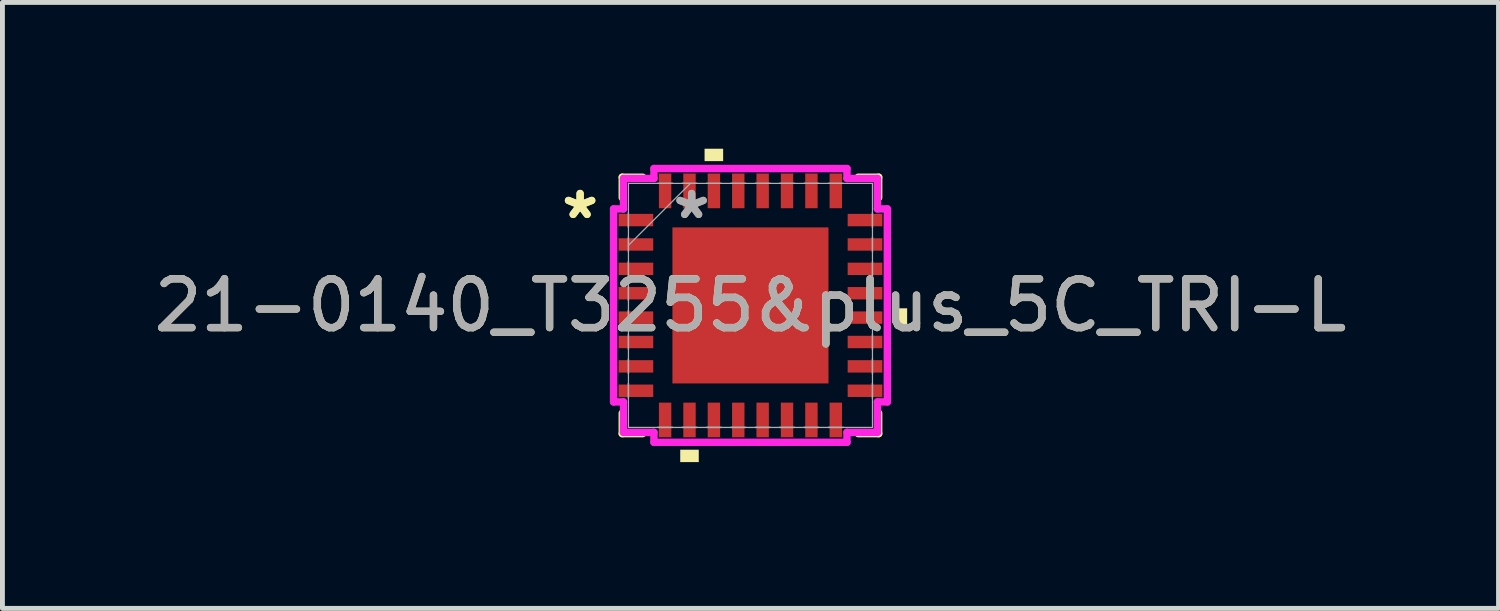
<source format=kicad_pcb>
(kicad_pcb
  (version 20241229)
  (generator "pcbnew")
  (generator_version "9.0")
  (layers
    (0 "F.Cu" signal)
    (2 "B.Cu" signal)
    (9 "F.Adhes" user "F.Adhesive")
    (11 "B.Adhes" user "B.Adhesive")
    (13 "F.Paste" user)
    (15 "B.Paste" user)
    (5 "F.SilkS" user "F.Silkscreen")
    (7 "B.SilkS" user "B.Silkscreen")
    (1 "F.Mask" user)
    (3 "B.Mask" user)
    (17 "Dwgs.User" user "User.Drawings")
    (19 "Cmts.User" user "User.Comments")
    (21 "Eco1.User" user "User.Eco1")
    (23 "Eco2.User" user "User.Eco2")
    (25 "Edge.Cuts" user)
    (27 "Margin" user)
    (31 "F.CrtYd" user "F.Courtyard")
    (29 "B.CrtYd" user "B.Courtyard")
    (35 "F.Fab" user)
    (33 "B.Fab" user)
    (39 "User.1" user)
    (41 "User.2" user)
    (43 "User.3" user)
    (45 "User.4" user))
  (footprint "21-0140_T3255&plus_5C_TRI-L"
    (layer "F.Cu")
    (at 12.339 3.213)
    (property "Reference" "21-0140_T3255&plus_5C_TRI-L" (at 0 0 0) (unlocked yes) (layer "F.SilkS") (effects (font (size 1 1) (thickness 0.15))))
    (attr smd)
    (fp_line (start -2.629 -2.629) (end -2.629 -2.21) (stroke (width 0.152) (type solid)) (layer "F.SilkS"))
    (fp_line (start -2.629 2.21) (end -2.629 2.629) (stroke (width 0.152) (type solid)) (layer "F.SilkS"))
    (fp_line (start -2.629 2.629) (end -2.21 2.629) (stroke (width 0.152) (type solid)) (layer "F.SilkS"))
    (fp_line (start -2.21 -2.629) (end -2.629 -2.629) (stroke (width 0.152) (type solid)) (layer "F.SilkS"))
    (fp_line (start 2.21 2.629) (end 2.629 2.629) (stroke (width 0.152) (type solid)) (layer "F.SilkS"))
    (fp_line (start 2.629 -2.629) (end 2.21 -2.629) (stroke (width 0.152) (type solid)) (layer "F.SilkS"))
    (fp_line (start 2.629 -2.21) (end 2.629 -2.629) (stroke (width 0.152) (type solid)) (layer "F.SilkS"))
    (fp_line (start 2.629 2.629) (end 2.629 2.21) (stroke (width 0.152) (type solid)) (layer "F.SilkS"))
    (fp_poly (pts (xy -1.44 2.959) (xy -1.44 3.213) (xy -1.06 3.213) (xy -1.06 2.959)) (stroke (width 0) (type solid)) (fill yes) (layer "F.SilkS"))
    (fp_poly (pts (xy -0.941 -2.959) (xy -0.941 -3.213) (xy -0.56 -3.213) (xy -0.56 -2.959)) (stroke (width 0) (type solid)) (fill yes) (layer "F.SilkS"))
    (fp_poly (pts (xy 3.213 0.059) (xy 3.213 0.441) (xy 2.959 0.441) (xy 2.959 0.059)) (stroke (width 0) (type solid)) (fill yes) (layer "F.SilkS"))
    (fp_line (start -2.807 -1.979) (end -2.603 -1.979) (stroke (width 0.152) (type solid)) (layer "F.CrtYd"))
    (fp_line (start -2.807 1.979) (end -2.807 -1.979) (stroke (width 0.152) (type solid)) (layer "F.CrtYd"))
    (fp_line (start -2.603 -2.603) (end -1.979 -2.603) (stroke (width 0.152) (type solid)) (layer "F.CrtYd"))
    (fp_line (start -2.603 -1.979) (end -2.603 -2.603) (stroke (width 0.152) (type solid)) (layer "F.CrtYd"))
    (fp_line (start -2.603 1.979) (end -2.807 1.979) (stroke (width 0.152) (type solid)) (layer "F.CrtYd"))
    (fp_line (start -2.603 2.603) (end -2.603 1.979) (stroke (width 0.152) (type solid)) (layer "F.CrtYd"))
    (fp_line (start -1.979 -2.807) (end 1.979 -2.807) (stroke (width 0.152) (type solid)) (layer "F.CrtYd"))
    (fp_line (start -1.979 -2.603) (end -1.979 -2.807) (stroke (width 0.152) (type solid)) (layer "F.CrtYd"))
    (fp_line (start -1.979 2.603) (end -2.603 2.603) (stroke (width 0.152) (type solid)) (layer "F.CrtYd"))
    (fp_line (start -1.979 2.807) (end -1.979 2.603) (stroke (width 0.152) (type solid)) (layer "F.CrtYd"))
    (fp_line (start 1.979 -2.807) (end 1.979 -2.603) (stroke (width 0.152) (type solid)) (layer "F.CrtYd"))
    (fp_line (start 1.979 -2.603) (end 2.603 -2.603) (stroke (width 0.152) (type solid)) (layer "F.CrtYd"))
    (fp_line (start 1.979 2.603) (end 1.979 2.807) (stroke (width 0.152) (type solid)) (layer "F.CrtYd"))
    (fp_line (start 1.979 2.807) (end -1.979 2.807) (stroke (width 0.152) (type solid)) (layer "F.CrtYd"))
    (fp_line (start 2.603 -2.603) (end 2.603 -1.979) (stroke (width 0.152) (type solid)) (layer "F.CrtYd"))
    (fp_line (start 2.603 -1.979) (end 2.807 -1.979) (stroke (width 0.152) (type solid)) (layer "F.CrtYd"))
    (fp_line (start 2.603 1.979) (end 2.603 2.603) (stroke (width 0.152) (type solid)) (layer "F.CrtYd"))
    (fp_line (start 2.603 2.603) (end 1.979 2.603) (stroke (width 0.152) (type solid)) (layer "F.CrtYd"))
    (fp_line (start 2.807 -1.979) (end 2.807 1.979) (stroke (width 0.152) (type solid)) (layer "F.CrtYd"))
    (fp_line (start 2.807 1.979) (end 2.603 1.979) (stroke (width 0.152) (type solid)) (layer "F.CrtYd"))
    (fp_line (start -2.502 -2.502) (end -2.502 2.502) (stroke (width 0.025) (type solid)) (layer "F.Fab"))
    (fp_line (start -2.502 -1.902) (end -2.502 -1.902) (stroke (width 0.025) (type solid)) (layer "F.Fab"))
    (fp_line (start -2.502 -1.902) (end -2.502 -1.598) (stroke (width 0.025) (type solid)) (layer "F.Fab"))
    (fp_line (start -2.502 -1.598) (end -2.502 -1.902) (stroke (width 0.025) (type solid)) (layer "F.Fab"))
    (fp_line (start -2.502 -1.598) (end -2.502 -1.598) (stroke (width 0.025) (type solid)) (layer "F.Fab"))
    (fp_line (start -2.502 -1.402) (end -2.502 -1.402) (stroke (width 0.025) (type solid)) (layer "F.Fab"))
    (fp_line (start -2.502 -1.402) (end -2.502 -1.098) (stroke (width 0.025) (type solid)) (layer "F.Fab"))
    (fp_line (start -2.502 -1.232) (end -1.232 -2.502) (stroke (width 0.025) (type solid)) (layer "F.Fab"))
    (fp_line (start -2.502 -1.098) (end -2.502 -1.402) (stroke (width 0.025) (type solid)) (layer "F.Fab"))
    (fp_line (start -2.502 -1.098) (end -2.502 -1.098) (stroke (width 0.025) (type solid)) (layer "F.Fab"))
    (fp_line (start -2.502 -0.902) (end -2.502 -0.902) (stroke (width 0.025) (type solid)) (layer "F.Fab"))
    (fp_line (start -2.502 -0.902) (end -2.502 -0.598) (stroke (width 0.025) (type solid)) (layer "F.Fab"))
    (fp_line (start -2.502 -0.598) (end -2.502 -0.902) (stroke (width 0.025) (type solid)) (layer "F.Fab"))
    (fp_line (start -2.502 -0.598) (end -2.502 -0.598) (stroke (width 0.025) (type solid)) (layer "F.Fab"))
    (fp_line (start -2.502 -0.402) (end -2.502 -0.402) (stroke (width 0.025) (type solid)) (layer "F.Fab"))
    (fp_line (start -2.502 -0.402) (end -2.502 -0.098) (stroke (width 0.025) (type solid)) (layer "F.Fab"))
    (fp_line (start -2.502 -0.098) (end -2.502 -0.402) (stroke (width 0.025) (type solid)) (layer "F.Fab"))
    (fp_line (start -2.502 -0.098) (end -2.502 -0.098) (stroke (width 0.025) (type solid)) (layer "F.Fab"))
    (fp_line (start -2.502 0.098) (end -2.502 0.098) (stroke (width 0.025) (type solid)) (layer "F.Fab"))
    (fp_line (start -2.502 0.098) (end -2.502 0.402) (stroke (width 0.025) (type solid)) (layer "F.Fab"))
    (fp_line (start -2.502 0.402) (end -2.502 0.098) (stroke (width 0.025) (type solid)) (layer "F.Fab"))
    (fp_line (start -2.502 0.402) (end -2.502 0.402) (stroke (width 0.025) (type solid)) (layer "F.Fab"))
    (fp_line (start -2.502 0.598) (end -2.502 0.598) (stroke (width 0.025) (type solid)) (layer "F.Fab"))
    (fp_line (start -2.502 0.598) (end -2.502 0.902) (stroke (width 0.025) (type solid)) (layer "F.Fab"))
    (fp_line (start -2.502 0.902) (end -2.502 0.598) (stroke (width 0.025) (type solid)) (layer "F.Fab"))
    (fp_line (start -2.502 0.902) (end -2.502 0.902) (stroke (width 0.025) (type solid)) (layer "F.Fab"))
    (fp_line (start -2.502 1.098) (end -2.502 1.098) (stroke (width 0.025) (type solid)) (layer "F.Fab"))
    (fp_line (start -2.502 1.098) (end -2.502 1.402) (stroke (width 0.025) (type solid)) (layer "F.Fab"))
    (fp_line (start -2.502 1.402) (end -2.502 1.098) (stroke (width 0.025) (type solid)) (layer "F.Fab"))
    (fp_line (start -2.502 1.402) (end -2.502 1.402) (stroke (width 0.025) (type solid)) (layer "F.Fab"))
    (fp_line (start -2.502 1.598) (end -2.502 1.598) (stroke (width 0.025) (type solid)) (layer "F.Fab"))
    (fp_line (start -2.502 1.598) (end -2.502 1.902) (stroke (width 0.025) (type solid)) (layer "F.Fab"))
    (fp_line (start -2.502 1.902) (end -2.502 1.598) (stroke (width 0.025) (type solid)) (layer "F.Fab"))
    (fp_line (start -2.502 1.902) (end -2.502 1.902) (stroke (width 0.025) (type solid)) (layer "F.Fab"))
    (fp_line (start -2.502 2.502) (end 2.502 2.502) (stroke (width 0.025) (type solid)) (layer "F.Fab"))
    (fp_line (start -1.902 -2.502) (end -1.902 -2.502) (stroke (width 0.025) (type solid)) (layer "F.Fab"))
    (fp_line (start -1.902 -2.502) (end -1.598 -2.502) (stroke (width 0.025) (type solid)) (layer "F.Fab"))
    (fp_line (start -1.902 2.502) (end -1.902 2.502) (stroke (width 0.025) (type solid)) (layer "F.Fab"))
    (fp_line (start -1.902 2.502) (end -1.598 2.502) (stroke (width 0.025) (type solid)) (layer "F.Fab"))
    (fp_line (start -1.598 -2.502) (end -1.902 -2.502) (stroke (width 0.025) (type solid)) (layer "F.Fab"))
    (fp_line (start -1.598 -2.502) (end -1.598 -2.502) (stroke (width 0.025) (type solid)) (layer "F.Fab"))
    (fp_line (start -1.598 2.502) (end -1.902 2.502) (stroke (width 0.025) (type solid)) (layer "F.Fab"))
    (fp_line (start -1.598 2.502) (end -1.598 2.502) (stroke (width 0.025) (type solid)) (layer "F.Fab"))
    (fp_line (start -1.402 -2.502) (end -1.402 -2.502) (stroke (width 0.025) (type solid)) (layer "F.Fab"))
    (fp_line (start -1.402 -2.502) (end -1.098 -2.502) (stroke (width 0.025) (type solid)) (layer "F.Fab"))
    (fp_line (start -1.402 2.502) (end -1.402 2.502) (stroke (width 0.025) (type solid)) (layer "F.Fab"))
    (fp_line (start -1.402 2.502) (end -1.098 2.502) (stroke (width 0.025) (type solid)) (layer "F.Fab"))
    (fp_line (start -1.098 -2.502) (end -1.402 -2.502) (stroke (width 0.025) (type solid)) (layer "F.Fab"))
    (fp_line (start -1.098 -2.502) (end -1.098 -2.502) (stroke (width 0.025) (type solid)) (layer "F.Fab"))
    (fp_line (start -1.098 2.502) (end -1.402 2.502) (stroke (width 0.025) (type solid)) (layer "F.Fab"))
    (fp_line (start -1.098 2.502) (end -1.098 2.502) (stroke (width 0.025) (type solid)) (layer "F.Fab"))
    (fp_line (start -0.902 -2.502) (end -0.902 -2.502) (stroke (width 0.025) (type solid)) (layer "F.Fab"))
    (fp_line (start -0.902 -2.502) (end -0.598 -2.502) (stroke (width 0.025) (type solid)) (layer "F.Fab"))
    (fp_line (start -0.902 2.502) (end -0.902 2.502) (stroke (width 0.025) (type solid)) (layer "F.Fab"))
    (fp_line (start -0.902 2.502) (end -0.598 2.502) (stroke (width 0.025) (type solid)) (layer "F.Fab"))
    (fp_line (start -0.598 -2.502) (end -0.902 -2.502) (stroke (width 0.025) (type solid)) (layer "F.Fab"))
    (fp_line (start -0.598 -2.502) (end -0.598 -2.502) (stroke (width 0.025) (type solid)) (layer "F.Fab"))
    (fp_line (start -0.598 2.502) (end -0.902 2.502) (stroke (width 0.025) (type solid)) (layer "F.Fab"))
    (fp_line (start -0.598 2.502) (end -0.598 2.502) (stroke (width 0.025) (type solid)) (layer "F.Fab"))
    (fp_line (start -0.402 -2.502) (end -0.402 -2.502) (stroke (width 0.025) (type solid)) (layer "F.Fab"))
    (fp_line (start -0.402 -2.502) (end -0.098 -2.502) (stroke (width 0.025) (type solid)) (layer "F.Fab"))
    (fp_line (start -0.402 2.502) (end -0.402 2.502) (stroke (width 0.025) (type solid)) (layer "F.Fab"))
    (fp_line (start -0.402 2.502) (end -0.098 2.502) (stroke (width 0.025) (type solid)) (layer "F.Fab"))
    (fp_line (start -0.098 -2.502) (end -0.402 -2.502) (stroke (width 0.025) (type solid)) (layer "F.Fab"))
    (fp_line (start -0.098 -2.502) (end -0.098 -2.502) (stroke (width 0.025) (type solid)) (layer "F.Fab"))
    (fp_line (start -0.098 2.502) (end -0.402 2.502) (stroke (width 0.025) (type solid)) (layer "F.Fab"))
    (fp_line (start -0.098 2.502) (end -0.098 2.502) (stroke (width 0.025) (type solid)) (layer "F.Fab"))
    (fp_line (start 0.098 -2.502) (end 0.098 -2.502) (stroke (width 0.025) (type solid)) (layer "F.Fab"))
    (fp_line (start 0.098 -2.502) (end 0.402 -2.502) (stroke (width 0.025) (type solid)) (layer "F.Fab"))
    (fp_line (start 0.098 2.502) (end 0.098 2.502) (stroke (width 0.025) (type solid)) (layer "F.Fab"))
    (fp_line (start 0.098 2.502) (end 0.402 2.502) (stroke (width 0.025) (type solid)) (layer "F.Fab"))
    (fp_line (start 0.402 -2.502) (end 0.098 -2.502) (stroke (width 0.025) (type solid)) (layer "F.Fab"))
    (fp_line (start 0.402 -2.502) (end 0.402 -2.502) (stroke (width 0.025) (type solid)) (layer "F.Fab"))
    (fp_line (start 0.402 2.502) (end 0.098 2.502) (stroke (width 0.025) (type solid)) (layer "F.Fab"))
    (fp_line (start 0.402 2.502) (end 0.402 2.502) (stroke (width 0.025) (type solid)) (layer "F.Fab"))
    (fp_line (start 0.598 -2.502) (end 0.598 -2.502) (stroke (width 0.025) (type solid)) (layer "F.Fab"))
    (fp_line (start 0.598 -2.502) (end 0.902 -2.502) (stroke (width 0.025) (type solid)) (layer "F.Fab"))
    (fp_line (start 0.598 2.502) (end 0.598 2.502) (stroke (width 0.025) (type solid)) (layer "F.Fab"))
    (fp_line (start 0.598 2.502) (end 0.902 2.502) (stroke (width 0.025) (type solid)) (layer "F.Fab"))
    (fp_line (start 0.902 -2.502) (end 0.598 -2.502) (stroke (width 0.025) (type solid)) (layer "F.Fab"))
    (fp_line (start 0.902 -2.502) (end 0.902 -2.502) (stroke (width 0.025) (type solid)) (layer "F.Fab"))
    (fp_line (start 0.902 2.502) (end 0.598 2.502) (stroke (width 0.025) (type solid)) (layer "F.Fab"))
    (fp_line (start 0.902 2.502) (end 0.902 2.502) (stroke (width 0.025) (type solid)) (layer "F.Fab"))
    (fp_line (start 1.098 -2.502) (end 1.098 -2.502) (stroke (width 0.025) (type solid)) (layer "F.Fab"))
    (fp_line (start 1.098 -2.502) (end 1.402 -2.502) (stroke (width 0.025) (type solid)) (layer "F.Fab"))
    (fp_line (start 1.098 2.502) (end 1.098 2.502) (stroke (width 0.025) (type solid)) (layer "F.Fab"))
    (fp_line (start 1.098 2.502) (end 1.402 2.502) (stroke (width 0.025) (type solid)) (layer "F.Fab"))
    (fp_line (start 1.402 -2.502) (end 1.098 -2.502) (stroke (width 0.025) (type solid)) (layer "F.Fab"))
    (fp_line (start 1.402 -2.502) (end 1.402 -2.502) (stroke (width 0.025) (type solid)) (layer "F.Fab"))
    (fp_line (start 1.402 2.502) (end 1.098 2.502) (stroke (width 0.025) (type solid)) (layer "F.Fab"))
    (fp_line (start 1.402 2.502) (end 1.402 2.502) (stroke (width 0.025) (type solid)) (layer "F.Fab"))
    (fp_line (start 1.598 -2.502) (end 1.598 -2.502) (stroke (width 0.025) (type solid)) (layer "F.Fab"))
    (fp_line (start 1.598 -2.502) (end 1.902 -2.502) (stroke (width 0.025) (type solid)) (layer "F.Fab"))
    (fp_line (start 1.598 2.502) (end 1.598 2.502) (stroke (width 0.025) (type solid)) (layer "F.Fab"))
    (fp_line (start 1.598 2.502) (end 1.902 2.502) (stroke (width 0.025) (type solid)) (layer "F.Fab"))
    (fp_line (start 1.902 -2.502) (end 1.598 -2.502) (stroke (width 0.025) (type solid)) (layer "F.Fab"))
    (fp_line (start 1.902 -2.502) (end 1.902 -2.502) (stroke (width 0.025) (type solid)) (layer "F.Fab"))
    (fp_line (start 1.902 2.502) (end 1.598 2.502) (stroke (width 0.025) (type solid)) (layer "F.Fab"))
    (fp_line (start 1.902 2.502) (end 1.902 2.502) (stroke (width 0.025) (type solid)) (layer "F.Fab"))
    (fp_line (start 2.502 -2.502) (end -2.502 -2.502) (stroke (width 0.025) (type solid)) (layer "F.Fab"))
    (fp_line (start 2.502 -1.902) (end 2.502 -1.902) (stroke (width 0.025) (type solid)) (layer "F.Fab"))
    (fp_line (start 2.502 -1.902) (end 2.502 -1.598) (stroke (width 0.025) (type solid)) (layer "F.Fab"))
    (fp_line (start 2.502 -1.598) (end 2.502 -1.902) (stroke (width 0.025) (type solid)) (layer "F.Fab"))
    (fp_line (start 2.502 -1.598) (end 2.502 -1.598) (stroke (width 0.025) (type solid)) (layer "F.Fab"))
    (fp_line (start 2.502 -1.402) (end 2.502 -1.402) (stroke (width 0.025) (type solid)) (layer "F.Fab"))
    (fp_line (start 2.502 -1.402) (end 2.502 -1.098) (stroke (width 0.025) (type solid)) (layer "F.Fab"))
    (fp_line (start 2.502 -1.098) (end 2.502 -1.402) (stroke (width 0.025) (type solid)) (layer "F.Fab"))
    (fp_line (start 2.502 -1.098) (end 2.502 -1.098) (stroke (width 0.025) (type solid)) (layer "F.Fab"))
    (fp_line (start 2.502 -0.902) (end 2.502 -0.902) (stroke (width 0.025) (type solid)) (layer "F.Fab"))
    (fp_line (start 2.502 -0.902) (end 2.502 -0.598) (stroke (width 0.025) (type solid)) (layer "F.Fab"))
    (fp_line (start 2.502 -0.598) (end 2.502 -0.902) (stroke (width 0.025) (type solid)) (layer "F.Fab"))
    (fp_line (start 2.502 -0.598) (end 2.502 -0.598) (stroke (width 0.025) (type solid)) (layer "F.Fab"))
    (fp_line (start 2.502 -0.402) (end 2.502 -0.402) (stroke (width 0.025) (type solid)) (layer "F.Fab"))
    (fp_line (start 2.502 -0.402) (end 2.502 -0.098) (stroke (width 0.025) (type solid)) (layer "F.Fab"))
    (fp_line (start 2.502 -0.098) (end 2.502 -0.402) (stroke (width 0.025) (type solid)) (layer "F.Fab"))
    (fp_line (start 2.502 -0.098) (end 2.502 -0.098) (stroke (width 0.025) (type solid)) (layer "F.Fab"))
    (fp_line (start 2.502 0.098) (end 2.502 0.098) (stroke (width 0.025) (type solid)) (layer "F.Fab"))
    (fp_line (start 2.502 0.098) (end 2.502 0.402) (stroke (width 0.025) (type solid)) (layer "F.Fab"))
    (fp_line (start 2.502 0.402) (end 2.502 0.098) (stroke (width 0.025) (type solid)) (layer "F.Fab"))
    (fp_line (start 2.502 0.402) (end 2.502 0.402) (stroke (width 0.025) (type solid)) (layer "F.Fab"))
    (fp_line (start 2.502 0.598) (end 2.502 0.598) (stroke (width 0.025) (type solid)) (layer "F.Fab"))
    (fp_line (start 2.502 0.598) (end 2.502 0.902) (stroke (width 0.025) (type solid)) (layer "F.Fab"))
    (fp_line (start 2.502 0.902) (end 2.502 0.598) (stroke (width 0.025) (type solid)) (layer "F.Fab"))
    (fp_line (start 2.502 0.902) (end 2.502 0.902) (stroke (width 0.025) (type solid)) (layer "F.Fab"))
    (fp_line (start 2.502 1.098) (end 2.502 1.098) (stroke (width 0.025) (type solid)) (layer "F.Fab"))
    (fp_line (start 2.502 1.098) (end 2.502 1.402) (stroke (width 0.025) (type solid)) (layer "F.Fab"))
    (fp_line (start 2.502 1.402) (end 2.502 1.098) (stroke (width 0.025) (type solid)) (layer "F.Fab"))
    (fp_line (start 2.502 1.402) (end 2.502 1.402) (stroke (width 0.025) (type solid)) (layer "F.Fab"))
    (fp_line (start 2.502 1.598) (end 2.502 1.598) (stroke (width 0.025) (type solid)) (layer "F.Fab"))
    (fp_line (start 2.502 1.598) (end 2.502 1.902) (stroke (width 0.025) (type solid)) (layer "F.Fab"))
    (fp_line (start 2.502 1.902) (end 2.502 1.598) (stroke (width 0.025) (type solid)) (layer "F.Fab"))
    (fp_line (start 2.502 1.902) (end 2.502 1.902) (stroke (width 0.025) (type solid)) (layer "F.Fab"))
    (fp_line (start 2.502 2.502) (end 2.502 -2.502) (stroke (width 0.025) (type solid)) (layer "F.Fab"))
    (fp_text user "*" (at -3.493 -1.75 0) (layer "F.SilkS") (effects (font (size 1 1) (thickness 0.15))))
    (fp_text user "*" (at -3.493 -1.75 0) (unlocked yes) (layer "F.SilkS") (effects (font (size 1 1) (thickness 0.15))))
    (fp_text user "${REFERENCE}" (at 0 0 0) (unlocked yes) (layer "F.Fab") (effects (font (size 1 1) (thickness 0.15))))
    (fp_text user "*" (at -1.206 -1.75 0) (unlocked yes) (layer "F.Fab") (effects (font (size 1 1) (thickness 0.15))))
    (fp_text user "*" (at -1.206 -1.75 0) (layer "F.Fab") (effects (font (size 1 1) (thickness 0.15))))
    (pad "1" smd rect (at -2.349 -1.75 90) (size 0.254 0.711) (layers "F.Cu" "F.Mask" "F.Paste"))
    (pad "2" smd rect (at -2.349 -1.25 90) (size 0.254 0.711) (layers "F.Cu" "F.Mask" "F.Paste"))
    (pad "3" smd rect (at -2.349 -0.75 90) (size 0.254 0.711) (layers "F.Cu" "F.Mask" "F.Paste"))
    (pad "4" smd rect (at -2.349 -0.25 90) (size 0.254 0.711) (layers "F.Cu" "F.Mask" "F.Paste"))
    (pad "5" smd rect (at -2.349 0.25 90) (size 0.254 0.711) (layers "F.Cu" "F.Mask" "F.Paste"))
    (pad "6" smd rect (at -2.349 0.75 90) (size 0.254 0.711) (layers "F.Cu" "F.Mask" "F.Paste"))
    (pad "7" smd rect (at -2.349 1.25 90) (size 0.254 0.711) (layers "F.Cu" "F.Mask" "F.Paste"))
    (pad "8" smd rect (at -2.349 1.75 90) (size 0.254 0.711) (layers "F.Cu" "F.Mask" "F.Paste"))
    (pad "9" smd rect (at -1.75 2.349) (size 0.254 0.711) (layers "F.Cu" "F.Mask" "F.Paste"))
    (pad "10" smd rect (at -1.25 2.349) (size 0.254 0.711) (layers "F.Cu" "F.Mask" "F.Paste"))
    (pad "11" smd rect (at -0.75 2.349) (size 0.254 0.711) (layers "F.Cu" "F.Mask" "F.Paste"))
    (pad "12" smd rect (at -0.25 2.349) (size 0.254 0.711) (layers "F.Cu" "F.Mask" "F.Paste"))
    (pad "13" smd rect (at 0.25 2.349) (size 0.254 0.711) (layers "F.Cu" "F.Mask" "F.Paste"))
    (pad "14" smd rect (at 0.75 2.349) (size 0.254 0.711) (layers "F.Cu" "F.Mask" "F.Paste"))
    (pad "15" smd rect (at 1.25 2.349) (size 0.254 0.711) (layers "F.Cu" "F.Mask" "F.Paste"))
    (pad "16" smd rect (at 1.75 2.349) (size 0.254 0.711) (layers "F.Cu" "F.Mask" "F.Paste"))
    (pad "17" smd rect (at 2.349 1.75 90) (size 0.254 0.711) (layers "F.Cu" "F.Mask" "F.Paste"))
    (pad "18" smd rect (at 2.349 1.25 90) (size 0.254 0.711) (layers "F.Cu" "F.Mask" "F.Paste"))
    (pad "19" smd rect (at 2.349 0.75 90) (size 0.254 0.711) (layers "F.Cu" "F.Mask" "F.Paste"))
    (pad "20" smd rect (at 2.349 0.25 90) (size 0.254 0.711) (layers "F.Cu" "F.Mask" "F.Paste"))
    (pad "21" smd rect (at 2.349 -0.25 90) (size 0.254 0.711) (layers "F.Cu" "F.Mask" "F.Paste"))
    (pad "22" smd rect (at 2.349 -0.75 90) (size 0.254 0.711) (layers "F.Cu" "F.Mask" "F.Paste"))
    (pad "23" smd rect (at 2.349 -1.25 90) (size 0.254 0.711) (layers "F.Cu" "F.Mask" "F.Paste"))
    (pad "24" smd rect (at 2.349 -1.75 90) (size 0.254 0.711) (layers "F.Cu" "F.Mask" "F.Paste"))
    (pad "25" smd rect (at 1.75 -2.349) (size 0.254 0.711) (layers "F.Cu" "F.Mask" "F.Paste"))
    (pad "26" smd rect (at 1.25 -2.349) (size 0.254 0.711) (layers "F.Cu" "F.Mask" "F.Paste"))
    (pad "27" smd rect (at 0.75 -2.349) (size 0.254 0.711) (layers "F.Cu" "F.Mask" "F.Paste"))
    (pad "28" smd rect (at 0.25 -2.349) (size 0.254 0.711) (layers "F.Cu" "F.Mask" "F.Paste"))
    (pad "29" smd rect (at -0.25 -2.349) (size 0.254 0.711) (layers "F.Cu" "F.Mask" "F.Paste"))
    (pad "30" smd rect (at -0.75 -2.349) (size 0.254 0.711) (layers "F.Cu" "F.Mask" "F.Paste"))
    (pad "31" smd rect (at -1.25 -2.349) (size 0.254 0.711) (layers "F.Cu" "F.Mask" "F.Paste"))
    (pad "32" smd rect (at -1.75 -2.349) (size 0.254 0.711) (layers "F.Cu" "F.Mask" "F.Paste"))
    (pad "33" smd rect (at 0 0) (size 3.2 3.2) (layers "F.Cu" "F.Mask" "F.Paste")))
  (gr_rect
    (start -3 -3)
    (end 27.679 9.426)
    (stroke (width 0.1) (type default))
    (fill no)
    (layer "Edge.Cuts")))
</source>
